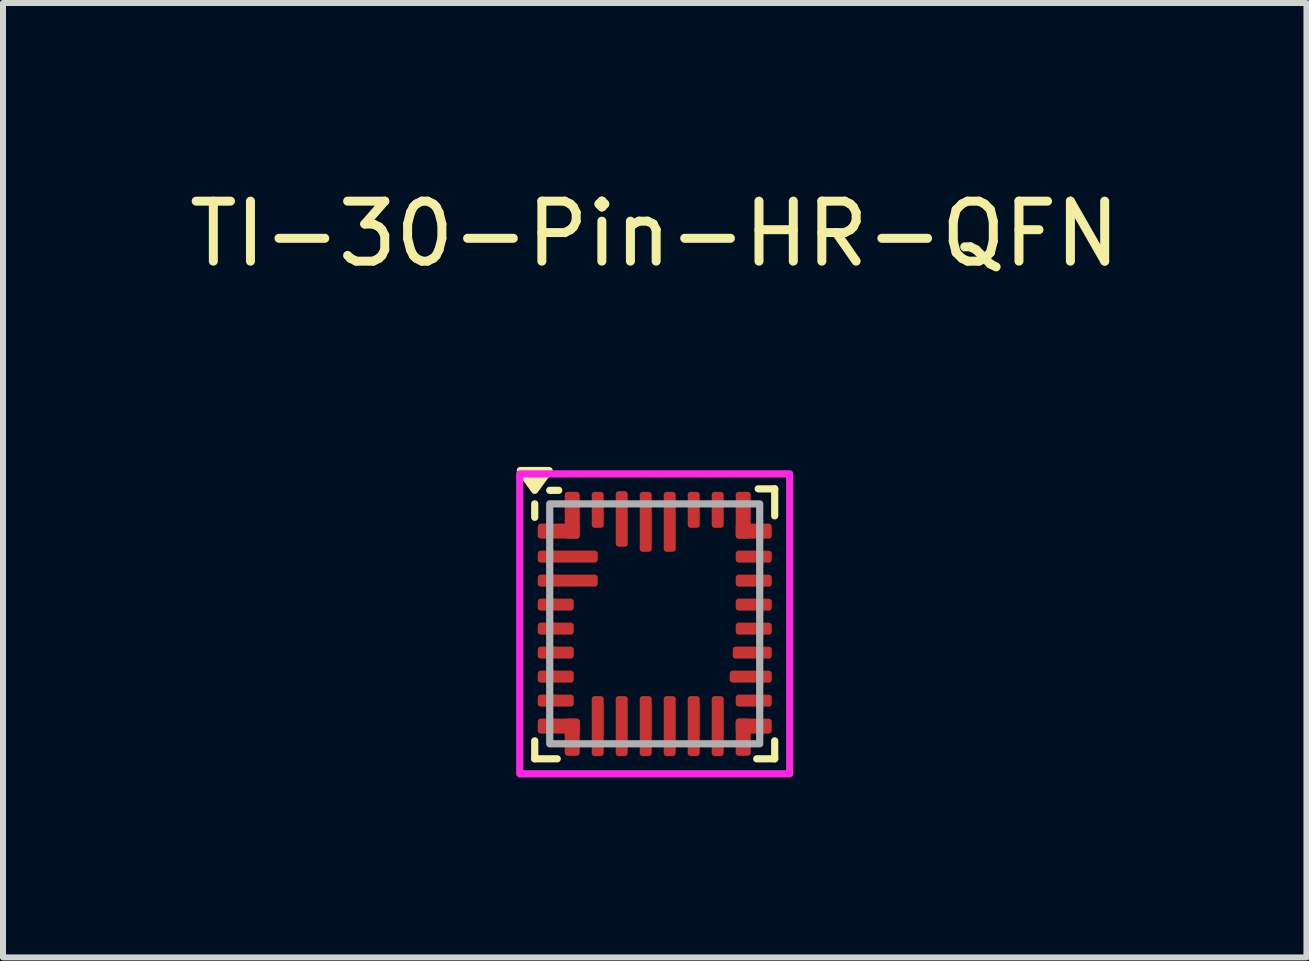
<source format=kicad_pcb>
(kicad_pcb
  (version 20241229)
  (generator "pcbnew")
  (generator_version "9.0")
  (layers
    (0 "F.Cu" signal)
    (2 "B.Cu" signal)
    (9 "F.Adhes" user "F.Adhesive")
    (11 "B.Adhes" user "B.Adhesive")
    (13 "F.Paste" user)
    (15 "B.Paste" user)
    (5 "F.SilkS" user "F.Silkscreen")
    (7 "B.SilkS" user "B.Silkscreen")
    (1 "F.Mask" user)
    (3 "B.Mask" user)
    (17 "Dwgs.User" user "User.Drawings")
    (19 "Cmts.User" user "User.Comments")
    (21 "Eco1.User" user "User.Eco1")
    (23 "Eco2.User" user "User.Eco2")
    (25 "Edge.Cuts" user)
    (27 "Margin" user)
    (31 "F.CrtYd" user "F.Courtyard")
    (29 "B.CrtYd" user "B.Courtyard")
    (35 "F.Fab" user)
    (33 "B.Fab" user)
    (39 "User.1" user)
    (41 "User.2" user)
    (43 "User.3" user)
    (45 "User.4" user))
  (footprint "TI-30-Pin-HR-QFN"
    (layer "F.Cu")
    (at 7.863 7.348)
    (property "Reference" "TI-30-Pin-HR-QFN" (at 0 -6.5 0) (unlocked yes) (layer "F.SilkS") (effects (font (size 1 1) (thickness 0.15))))
    (attr smd)
    (fp_line (start -2 -1.775) (end -2 -2) (stroke (width 0.12) (type solid)) (layer "F.SilkS"))
    (fp_line (start -2 2.25) (end -2 1.95) (stroke (width 0.12) (type solid)) (layer "F.SilkS"))
    (fp_line (start -1.75 -2.225) (end -1.6 -2.225) (stroke (width 0.12) (type solid)) (layer "F.SilkS"))
    (fp_line (start -1.625 2.25) (end -2 2.25) (stroke (width 0.12) (type solid)) (layer "F.SilkS"))
    (fp_line (start 1.7 2.25) (end 2 2.25) (stroke (width 0.12) (type solid)) (layer "F.SilkS"))
    (fp_line (start 1.725 -2.25) (end 2 -2.25) (stroke (width 0.12) (type solid)) (layer "F.SilkS"))
    (fp_line (start 2 -2.25) (end 2 -1.8) (stroke (width 0.12) (type solid)) (layer "F.SilkS"))
    (fp_line (start 2 2.25) (end 2 1.95) (stroke (width 0.12) (type solid)) (layer "F.SilkS"))
    (fp_poly (pts (xy -2 -2.225) (xy -2.24 -2.555) (xy -1.76 -2.555) (xy -2 -2.225)) (stroke (width 0.12) (type solid)) (fill yes) (layer "F.SilkS"))
    (fp_rect (start -2.25 -2.5) (end 2.25 2.5) (stroke (width 0.12) (type solid)) (fill no) (layer "F.CrtYd"))
    (fp_rect (start -1.75 -2) (end 1.75 2) (stroke (width 0.12) (type solid)) (fill no) (layer "F.Fab"))
    (pad "1" smd roundrect (at -1.6 -1.545) (size 0.7 0.25) (layers "F.Cu" "F.Mask" "F.Paste") (roundrect_rratio 0.2))
    (pad "1" smd roundrect (at -1.375 -1.81) (size 0.25 0.78) (layers "F.Cu" "F.Mask" "F.Paste") (roundrect_rratio 0.2))
    (pad "2" smd roundrect (at -1.45 -1.12) (size 1 0.2) (layers "F.Cu" "F.Mask" "F.Paste") (roundrect_rratio 0.25))
    (pad "3" smd roundrect (at -1.45 -0.72) (size 1 0.2) (layers "F.Cu" "F.Mask" "F.Paste") (roundrect_rratio 0.25))
    (pad "4" smd roundrect (at -1.65 -0.32) (size 0.6 0.2) (layers "F.Cu" "F.Mask" "F.Paste") (roundrect_rratio 0.25))
    (pad "5" smd roundrect (at -1.65 0.08) (size 0.6 0.2) (layers "F.Cu" "F.Mask" "F.Paste") (roundrect_rratio 0.25))
    (pad "6" smd roundrect (at -1.65 0.48) (size 0.6 0.2) (layers "F.Cu" "F.Mask" "F.Paste") (roundrect_rratio 0.25))
    (pad "7" smd roundrect (at -1.65 0.88) (size 0.6 0.2) (layers "F.Cu" "F.Mask" "F.Paste") (roundrect_rratio 0.25))
    (pad "8" smd roundrect (at -1.65 1.28) (size 0.6 0.2) (layers "F.Cu" "F.Mask" "F.Paste") (roundrect_rratio 0.25))
    (pad "9" smd roundrect (at -1.6 1.705) (size 0.7 0.25) (layers "F.Cu" "F.Mask" "F.Paste") (roundrect_rratio 0.2))
    (pad "9" smd roundrect (at -1.375 1.89) (size 0.25 0.62) (layers "F.Cu" "F.Mask" "F.Paste") (roundrect_rratio 0.2))
    (pad "10" smd roundrect (at -0.95 1.705) (size 0.2 1) (layers "F.Cu" "F.Mask" "F.Paste") (roundrect_rratio 0.25))
    (pad "11" smd roundrect (at -0.55 1.705) (size 0.2 1) (layers "F.Cu" "F.Mask" "F.Paste") (roundrect_rratio 0.25))
    (pad "12" smd roundrect (at -0.15 1.705) (size 0.2 1) (layers "F.Cu" "F.Mask" "F.Paste") (roundrect_rratio 0.25))
    (pad "13" smd roundrect (at 0.25 1.705) (size 0.2 1) (layers "F.Cu" "F.Mask" "F.Paste") (roundrect_rratio 0.25))
    (pad "14" smd roundrect (at 0.65 1.705) (size 0.2 1) (layers "F.Cu" "F.Mask" "F.Paste") (roundrect_rratio 0.25))
    (pad "15" smd roundrect (at 1.05 1.705) (size 0.2 1) (layers "F.Cu" "F.Mask" "F.Paste") (roundrect_rratio 0.25))
    (pad "16" smd roundrect (at 1.475 1.89 90) (size 0.62 0.25) (layers "F.Cu" "F.Mask" "F.Paste") (roundrect_rratio 0.2))
    (pad "16" smd roundrect (at 1.65 1.705) (size 0.6 0.25) (layers "F.Cu" "F.Mask" "F.Paste") (roundrect_rratio 0.2))
    (pad "17" smd roundrect (at 1.65 1.28) (size 0.6 0.2) (layers "F.Cu" "F.Mask" "F.Paste") (roundrect_rratio 0.25))
    (pad "18" smd roundrect (at 1.6 0.88) (size 0.7 0.2) (layers "F.Cu" "F.Mask" "F.Paste") (roundrect_rratio 0.25))
    (pad "19" smd roundrect (at 1.625 0.48) (size 0.65 0.2) (layers "F.Cu" "F.Mask" "F.Paste") (roundrect_rratio 0.25))
    (pad "20" smd roundrect (at 1.65 0.08) (size 0.6 0.2) (layers "F.Cu" "F.Mask" "F.Paste") (roundrect_rratio 0.25))
    (pad "21" smd roundrect (at 1.65 -0.32) (size 0.6 0.2) (layers "F.Cu" "F.Mask" "F.Paste") (roundrect_rratio 0.25))
    (pad "22" smd roundrect (at 1.65 -0.72) (size 0.6 0.2) (layers "F.Cu" "F.Mask" "F.Paste") (roundrect_rratio 0.25))
    (pad "23" smd roundrect (at 1.65 -1.12) (size 0.6 0.2) (layers "F.Cu" "F.Mask" "F.Paste") (roundrect_rratio 0.25))
    (pad "24" smd roundrect (at 1.475 -1.81) (size 0.25 0.78) (layers "F.Cu" "F.Mask" "F.Paste") (roundrect_rratio 0.2))
    (pad "24" smd roundrect (at 1.65 -1.545 90) (size 0.25 0.6) (layers "F.Cu" "F.Mask" "F.Paste") (roundrect_rratio 0.2))
    (pad "25" smd roundrect (at 1.05 -1.9 90) (size 0.6 0.2) (layers "F.Cu" "F.Mask" "F.Paste") (roundrect_rratio 0.25))
    (pad "26" smd roundrect (at 0.65 -1.9 90) (size 0.6 0.2) (layers "F.Cu" "F.Mask" "F.Paste") (roundrect_rratio 0.25))
    (pad "27" smd roundrect (at 0.25 -1.7) (size 0.2 1) (layers "F.Cu" "F.Mask" "F.Paste") (roundrect_rratio 0.25))
    (pad "28" smd roundrect (at -0.15 -1.7) (size 0.2 1) (layers "F.Cu" "F.Mask" "F.Paste") (roundrect_rratio 0.25))
    (pad "29" smd roundrect (at -0.55 -1.748 90) (size 0.925 0.2) (layers "F.Cu" "F.Mask" "F.Paste") (roundrect_rratio 0.25))
    (pad "30" smd roundrect (at -0.95 -1.9 90) (size 0.6 0.2) (layers "F.Cu" "F.Mask" "F.Paste") (roundrect_rratio 0.25)))
  (gr_rect
    (start -3 -3)
    (end 18.726 12.908)
    (stroke (width 0.1) (type default))
    (fill no)
    (layer "Edge.Cuts")))
</source>
